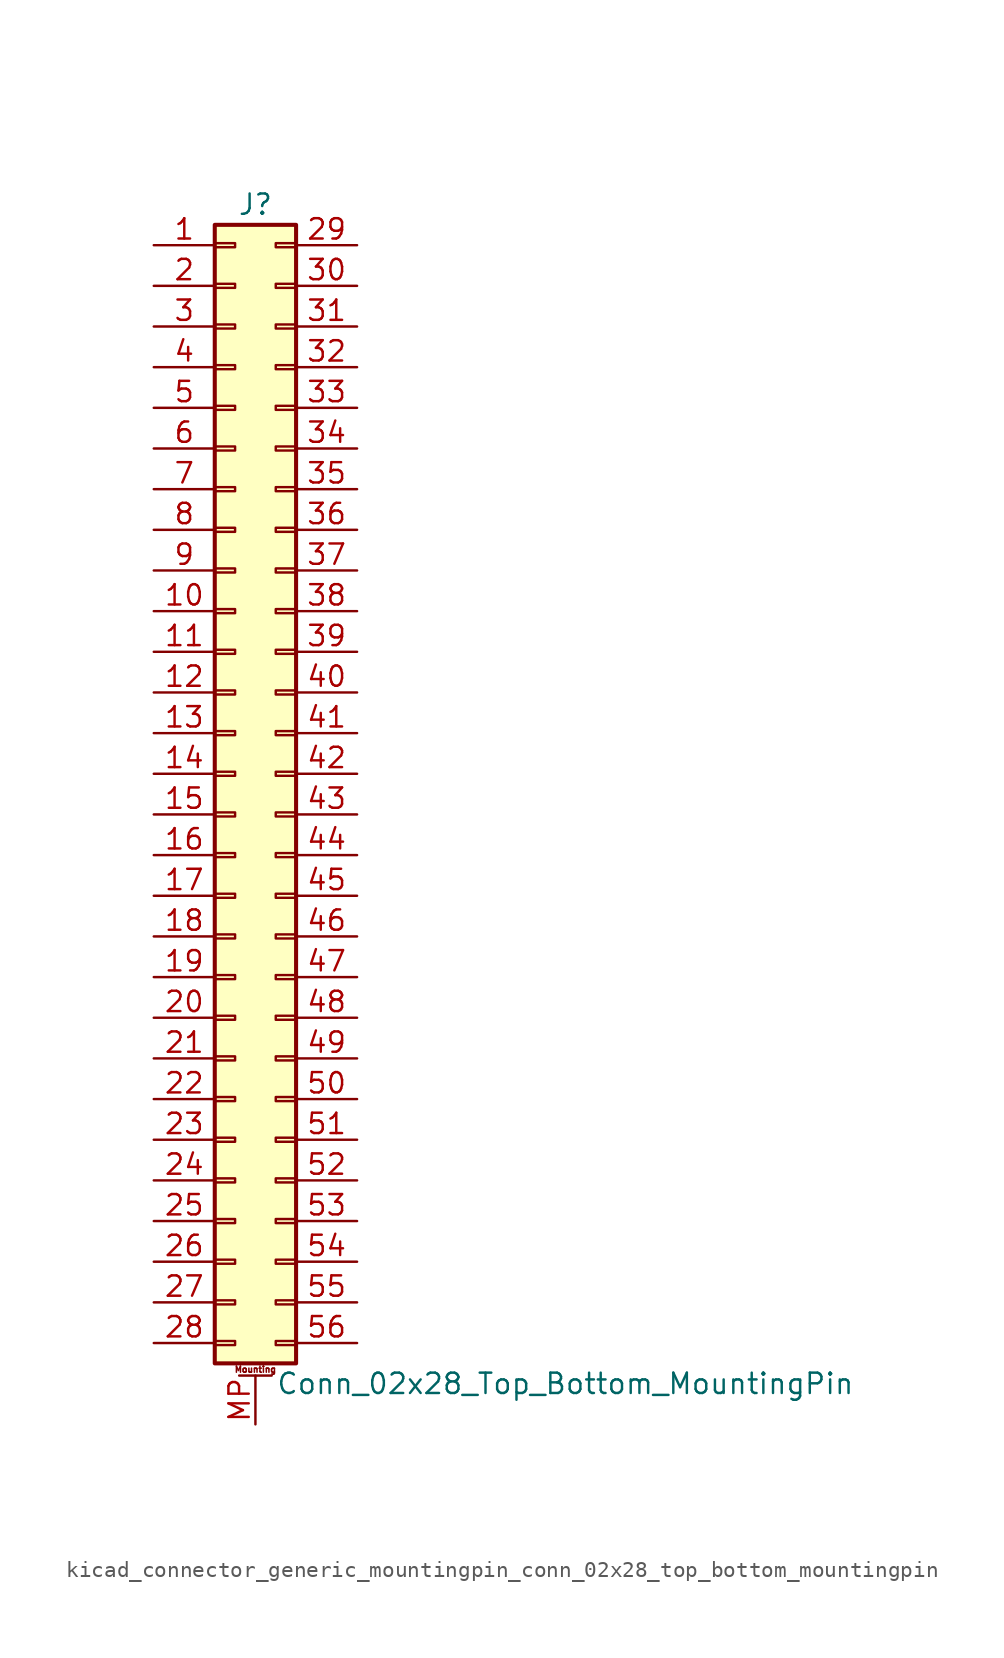
<source format=kicad_sym>
(kicad_symbol_lib
  (version 20220914)
  (generator kicad_symbol_editor)
  (symbol "kicad_connector_generic_mountingpin_conn_02x28_top_bottom_mountingpin"
    (pin_names
      (offset 1.016) hide)
    (property "Reference" "J"
      (at 1.27 35.56 0)
      (effects (font (size 1.27 1.27))))
    (property "Value" "Conn_02x28_Top_Bottom_MountingPin"
      (at 2.54 -38.1 0)
      (effects (font (size 1.27 1.27)) (justify left)))
    (symbol "kicad_connector_generic_mountingpin_conn_02x28_top_bottom_mountingpin_1_1"
      (rectangle (start -1.27 -35.433) (end 0 -35.687) (stroke (width 0.152) (type default)) (fill (type none)))
      (rectangle (start -1.27 -32.893) (end 0 -33.147) (stroke (width 0.152) (type default)) (fill (type none)))
      (rectangle (start -1.27 -30.353) (end 0 -30.607) (stroke (width 0.152) (type default)) (fill (type none)))
      (rectangle (start -1.27 -27.813) (end 0 -28.067) (stroke (width 0.152) (type default)) (fill (type none)))
      (rectangle (start -1.27 -25.273) (end 0 -25.527) (stroke (width 0.152) (type default)) (fill (type none)))
      (rectangle (start -1.27 -22.733) (end 0 -22.987) (stroke (width 0.152) (type default)) (fill (type none)))
      (rectangle (start -1.27 -20.193) (end 0 -20.447) (stroke (width 0.152) (type default)) (fill (type none)))
      (rectangle (start -1.27 -17.653) (end 0 -17.907) (stroke (width 0.152) (type default)) (fill (type none)))
      (rectangle (start -1.27 -15.113) (end 0 -15.367) (stroke (width 0.152) (type default)) (fill (type none)))
      (rectangle (start -1.27 -12.573) (end 0 -12.827) (stroke (width 0.152) (type default)) (fill (type none)))
      (rectangle (start -1.27 -10.033) (end 0 -10.287) (stroke (width 0.152) (type default)) (fill (type none)))
      (rectangle (start -1.27 -7.493) (end 0 -7.747) (stroke (width 0.152) (type default)) (fill (type none)))
      (rectangle (start -1.27 -4.953) (end 0 -5.207) (stroke (width 0.152) (type default)) (fill (type none)))
      (rectangle (start -1.27 -2.413) (end 0 -2.667) (stroke (width 0.152) (type default)) (fill (type none)))
      (rectangle (start -1.27 0.127) (end 0 -0.127) (stroke (width 0.152) (type default)) (fill (type none)))
      (rectangle (start -1.27 2.667) (end 0 2.413) (stroke (width 0.152) (type default)) (fill (type none)))
      (rectangle (start -1.27 5.207) (end 0 4.953) (stroke (width 0.152) (type default)) (fill (type none)))
      (rectangle (start -1.27 7.747) (end 0 7.493) (stroke (width 0.152) (type default)) (fill (type none)))
      (rectangle (start -1.27 10.287) (end 0 10.033) (stroke (width 0.152) (type default)) (fill (type none)))
      (rectangle (start -1.27 12.827) (end 0 12.573) (stroke (width 0.152) (type default)) (fill (type none)))
      (rectangle (start -1.27 15.367) (end 0 15.113) (stroke (width 0.152) (type default)) (fill (type none)))
      (rectangle (start -1.27 17.907) (end 0 17.653) (stroke (width 0.152) (type default)) (fill (type none)))
      (rectangle (start -1.27 20.447) (end 0 20.193) (stroke (width 0.152) (type default)) (fill (type none)))
      (rectangle (start -1.27 22.987) (end 0 22.733) (stroke (width 0.152) (type default)) (fill (type none)))
      (rectangle (start -1.27 25.527) (end 0 25.273) (stroke (width 0.152) (type default)) (fill (type none)))
      (rectangle (start -1.27 28.067) (end 0 27.813) (stroke (width 0.152) (type default)) (fill (type none)))
      (rectangle (start -1.27 30.607) (end 0 30.353) (stroke (width 0.152) (type default)) (fill (type none)))
      (rectangle (start -1.27 33.147) (end 0 32.893) (stroke (width 0.152) (type default)) (fill (type none)))
      (rectangle (start -1.27 34.29) (end 3.81 -36.83) (stroke (width 0.254) (type default)) (fill (type background)))
      (polyline (pts (xy 0.254 -37.592) (xy 2.286 -37.592)) (stroke (width 0.152) (type default)) (fill (type none)))
      (rectangle (start 3.81 -35.433) (end 2.54 -35.687) (stroke (width 0.152) (type default)) (fill (type none)))
      (rectangle (start 3.81 -32.893) (end 2.54 -33.147) (stroke (width 0.152) (type default)) (fill (type none)))
      (rectangle (start 3.81 -30.353) (end 2.54 -30.607) (stroke (width 0.152) (type default)) (fill (type none)))
      (rectangle (start 3.81 -27.813) (end 2.54 -28.067) (stroke (width 0.152) (type default)) (fill (type none)))
      (rectangle (start 3.81 -25.273) (end 2.54 -25.527) (stroke (width 0.152) (type default)) (fill (type none)))
      (rectangle (start 3.81 -22.733) (end 2.54 -22.987) (stroke (width 0.152) (type default)) (fill (type none)))
      (rectangle (start 3.81 -20.193) (end 2.54 -20.447) (stroke (width 0.152) (type default)) (fill (type none)))
      (rectangle (start 3.81 -17.653) (end 2.54 -17.907) (stroke (width 0.152) (type default)) (fill (type none)))
      (rectangle (start 3.81 -15.113) (end 2.54 -15.367) (stroke (width 0.152) (type default)) (fill (type none)))
      (rectangle (start 3.81 -12.573) (end 2.54 -12.827) (stroke (width 0.152) (type default)) (fill (type none)))
      (rectangle (start 3.81 -10.033) (end 2.54 -10.287) (stroke (width 0.152) (type default)) (fill (type none)))
      (rectangle (start 3.81 -7.493) (end 2.54 -7.747) (stroke (width 0.152) (type default)) (fill (type none)))
      (rectangle (start 3.81 -4.953) (end 2.54 -5.207) (stroke (width 0.152) (type default)) (fill (type none)))
      (rectangle (start 3.81 -2.413) (end 2.54 -2.667) (stroke (width 0.152) (type default)) (fill (type none)))
      (rectangle (start 3.81 0.127) (end 2.54 -0.127) (stroke (width 0.152) (type default)) (fill (type none)))
      (rectangle (start 3.81 2.667) (end 2.54 2.413) (stroke (width 0.152) (type default)) (fill (type none)))
      (rectangle (start 3.81 5.207) (end 2.54 4.953) (stroke (width 0.152) (type default)) (fill (type none)))
      (rectangle (start 3.81 7.747) (end 2.54 7.493) (stroke (width 0.152) (type default)) (fill (type none)))
      (rectangle (start 3.81 10.287) (end 2.54 10.033) (stroke (width 0.152) (type default)) (fill (type none)))
      (rectangle (start 3.81 12.827) (end 2.54 12.573) (stroke (width 0.152) (type default)) (fill (type none)))
      (rectangle (start 3.81 15.367) (end 2.54 15.113) (stroke (width 0.152) (type default)) (fill (type none)))
      (rectangle (start 3.81 17.907) (end 2.54 17.653) (stroke (width 0.152) (type default)) (fill (type none)))
      (rectangle (start 3.81 20.447) (end 2.54 20.193) (stroke (width 0.152) (type default)) (fill (type none)))
      (rectangle (start 3.81 22.987) (end 2.54 22.733) (stroke (width 0.152) (type default)) (fill (type none)))
      (rectangle (start 3.81 25.527) (end 2.54 25.273) (stroke (width 0.152) (type default)) (fill (type none)))
      (rectangle (start 3.81 28.067) (end 2.54 27.813) (stroke (width 0.152) (type default)) (fill (type none)))
      (rectangle (start 3.81 30.607) (end 2.54 30.353) (stroke (width 0.152) (type default)) (fill (type none)))
      (rectangle (start 3.81 33.147) (end 2.54 32.893) (stroke (width 0.152) (type default)) (fill (type none)))
      (text "Mounting" (at 1.27 -37.211 0) (effects (font (size 0.381 0.381))))
      (pin passive line (at -5.08 33.02 0) (length 3.81) (name "Pin_1" (effects (font (size 1.27 1.27)))) (number "1" (effects (font (size 1.27 1.27)))))
      (pin passive line (at -5.08 10.16 0) (length 3.81) (name "Pin_10" (effects (font (size 1.27 1.27)))) (number "10" (effects (font (size 1.27 1.27)))))
      (pin passive line (at -5.08 7.62 0) (length 3.81) (name "Pin_11" (effects (font (size 1.27 1.27)))) (number "11" (effects (font (size 1.27 1.27)))))
      (pin passive line (at -5.08 5.08 0) (length 3.81) (name "Pin_12" (effects (font (size 1.27 1.27)))) (number "12" (effects (font (size 1.27 1.27)))))
      (pin passive line (at -5.08 2.54 0) (length 3.81) (name "Pin_13" (effects (font (size 1.27 1.27)))) (number "13" (effects (font (size 1.27 1.27)))))
      (pin passive line (at -5.08 0 0) (length 3.81) (name "Pin_14" (effects (font (size 1.27 1.27)))) (number "14" (effects (font (size 1.27 1.27)))))
      (pin passive line (at -5.08 -2.54 0) (length 3.81) (name "Pin_15" (effects (font (size 1.27 1.27)))) (number "15" (effects (font (size 1.27 1.27)))))
      (pin passive line (at -5.08 -5.08 0) (length 3.81) (name "Pin_16" (effects (font (size 1.27 1.27)))) (number "16" (effects (font (size 1.27 1.27)))))
      (pin passive line (at -5.08 -7.62 0) (length 3.81) (name "Pin_17" (effects (font (size 1.27 1.27)))) (number "17" (effects (font (size 1.27 1.27)))))
      (pin passive line (at -5.08 -10.16 0) (length 3.81) (name "Pin_18" (effects (font (size 1.27 1.27)))) (number "18" (effects (font (size 1.27 1.27)))))
      (pin passive line (at -5.08 -12.7 0) (length 3.81) (name "Pin_19" (effects (font (size 1.27 1.27)))) (number "19" (effects (font (size 1.27 1.27)))))
      (pin passive line (at -5.08 30.48 0) (length 3.81) (name "Pin_2" (effects (font (size 1.27 1.27)))) (number "2" (effects (font (size 1.27 1.27)))))
      (pin passive line (at -5.08 -15.24 0) (length 3.81) (name "Pin_20" (effects (font (size 1.27 1.27)))) (number "20" (effects (font (size 1.27 1.27)))))
      (pin passive line (at -5.08 -17.78 0) (length 3.81) (name "Pin_21" (effects (font (size 1.27 1.27)))) (number "21" (effects (font (size 1.27 1.27)))))
      (pin passive line (at -5.08 -20.32 0) (length 3.81) (name "Pin_22" (effects (font (size 1.27 1.27)))) (number "22" (effects (font (size 1.27 1.27)))))
      (pin passive line (at -5.08 -22.86 0) (length 3.81) (name "Pin_23" (effects (font (size 1.27 1.27)))) (number "23" (effects (font (size 1.27 1.27)))))
      (pin passive line (at -5.08 -25.4 0) (length 3.81) (name "Pin_24" (effects (font (size 1.27 1.27)))) (number "24" (effects (font (size 1.27 1.27)))))
      (pin passive line (at -5.08 -27.94 0) (length 3.81) (name "Pin_25" (effects (font (size 1.27 1.27)))) (number "25" (effects (font (size 1.27 1.27)))))
      (pin passive line (at -5.08 -30.48 0) (length 3.81) (name "Pin_26" (effects (font (size 1.27 1.27)))) (number "26" (effects (font (size 1.27 1.27)))))
      (pin passive line (at -5.08 -33.02 0) (length 3.81) (name "Pin_27" (effects (font (size 1.27 1.27)))) (number "27" (effects (font (size 1.27 1.27)))))
      (pin passive line (at -5.08 -35.56 0) (length 3.81) (name "Pin_28" (effects (font (size 1.27 1.27)))) (number "28" (effects (font (size 1.27 1.27)))))
      (pin passive line (at 7.62 33.02 180) (length 3.81) (name "Pin_29" (effects (font (size 1.27 1.27)))) (number "29" (effects (font (size 1.27 1.27)))))
      (pin passive line (at -5.08 27.94 0) (length 3.81) (name "Pin_3" (effects (font (size 1.27 1.27)))) (number "3" (effects (font (size 1.27 1.27)))))
      (pin passive line (at 7.62 30.48 180) (length 3.81) (name "Pin_30" (effects (font (size 1.27 1.27)))) (number "30" (effects (font (size 1.27 1.27)))))
      (pin passive line (at 7.62 27.94 180) (length 3.81) (name "Pin_31" (effects (font (size 1.27 1.27)))) (number "31" (effects (font (size 1.27 1.27)))))
      (pin passive line (at 7.62 25.4 180) (length 3.81) (name "Pin_32" (effects (font (size 1.27 1.27)))) (number "32" (effects (font (size 1.27 1.27)))))
      (pin passive line (at 7.62 22.86 180) (length 3.81) (name "Pin_33" (effects (font (size 1.27 1.27)))) (number "33" (effects (font (size 1.27 1.27)))))
      (pin passive line (at 7.62 20.32 180) (length 3.81) (name "Pin_34" (effects (font (size 1.27 1.27)))) (number "34" (effects (font (size 1.27 1.27)))))
      (pin passive line (at 7.62 17.78 180) (length 3.81) (name "Pin_35" (effects (font (size 1.27 1.27)))) (number "35" (effects (font (size 1.27 1.27)))))
      (pin passive line (at 7.62 15.24 180) (length 3.81) (name "Pin_36" (effects (font (size 1.27 1.27)))) (number "36" (effects (font (size 1.27 1.27)))))
      (pin passive line (at 7.62 12.7 180) (length 3.81) (name "Pin_37" (effects (font (size 1.27 1.27)))) (number "37" (effects (font (size 1.27 1.27)))))
      (pin passive line (at 7.62 10.16 180) (length 3.81) (name "Pin_38" (effects (font (size 1.27 1.27)))) (number "38" (effects (font (size 1.27 1.27)))))
      (pin passive line (at 7.62 7.62 180) (length 3.81) (name "Pin_39" (effects (font (size 1.27 1.27)))) (number "39" (effects (font (size 1.27 1.27)))))
      (pin passive line (at -5.08 25.4 0) (length 3.81) (name "Pin_4" (effects (font (size 1.27 1.27)))) (number "4" (effects (font (size 1.27 1.27)))))
      (pin passive line (at 7.62 5.08 180) (length 3.81) (name "Pin_40" (effects (font (size 1.27 1.27)))) (number "40" (effects (font (size 1.27 1.27)))))
      (pin passive line (at 7.62 2.54 180) (length 3.81) (name "Pin_41" (effects (font (size 1.27 1.27)))) (number "41" (effects (font (size 1.27 1.27)))))
      (pin passive line (at 7.62 0 180) (length 3.81) (name "Pin_42" (effects (font (size 1.27 1.27)))) (number "42" (effects (font (size 1.27 1.27)))))
      (pin passive line (at 7.62 -2.54 180) (length 3.81) (name "Pin_43" (effects (font (size 1.27 1.27)))) (number "43" (effects (font (size 1.27 1.27)))))
      (pin passive line (at 7.62 -5.08 180) (length 3.81) (name "Pin_44" (effects (font (size 1.27 1.27)))) (number "44" (effects (font (size 1.27 1.27)))))
      (pin passive line (at 7.62 -7.62 180) (length 3.81) (name "Pin_45" (effects (font (size 1.27 1.27)))) (number "45" (effects (font (size 1.27 1.27)))))
      (pin passive line (at 7.62 -10.16 180) (length 3.81) (name "Pin_46" (effects (font (size 1.27 1.27)))) (number "46" (effects (font (size 1.27 1.27)))))
      (pin passive line (at 7.62 -12.7 180) (length 3.81) (name "Pin_47" (effects (font (size 1.27 1.27)))) (number "47" (effects (font (size 1.27 1.27)))))
      (pin passive line (at 7.62 -15.24 180) (length 3.81) (name "Pin_48" (effects (font (size 1.27 1.27)))) (number "48" (effects (font (size 1.27 1.27)))))
      (pin passive line (at 7.62 -17.78 180) (length 3.81) (name "Pin_49" (effects (font (size 1.27 1.27)))) (number "49" (effects (font (size 1.27 1.27)))))
      (pin passive line (at -5.08 22.86 0) (length 3.81) (name "Pin_5" (effects (font (size 1.27 1.27)))) (number "5" (effects (font (size 1.27 1.27)))))
      (pin passive line (at 7.62 -20.32 180) (length 3.81) (name "Pin_50" (effects (font (size 1.27 1.27)))) (number "50" (effects (font (size 1.27 1.27)))))
      (pin passive line (at 7.62 -22.86 180) (length 3.81) (name "Pin_51" (effects (font (size 1.27 1.27)))) (number "51" (effects (font (size 1.27 1.27)))))
      (pin passive line (at 7.62 -25.4 180) (length 3.81) (name "Pin_52" (effects (font (size 1.27 1.27)))) (number "52" (effects (font (size 1.27 1.27)))))
      (pin passive line (at 7.62 -27.94 180) (length 3.81) (name "Pin_53" (effects (font (size 1.27 1.27)))) (number "53" (effects (font (size 1.27 1.27)))))
      (pin passive line (at 7.62 -30.48 180) (length 3.81) (name "Pin_54" (effects (font (size 1.27 1.27)))) (number "54" (effects (font (size 1.27 1.27)))))
      (pin passive line (at 7.62 -33.02 180) (length 3.81) (name "Pin_55" (effects (font (size 1.27 1.27)))) (number "55" (effects (font (size 1.27 1.27)))))
      (pin passive line (at 7.62 -35.56 180) (length 3.81) (name "Pin_56" (effects (font (size 1.27 1.27)))) (number "56" (effects (font (size 1.27 1.27)))))
      (pin passive line (at -5.08 20.32 0) (length 3.81) (name "Pin_6" (effects (font (size 1.27 1.27)))) (number "6" (effects (font (size 1.27 1.27)))))
      (pin passive line (at -5.08 17.78 0) (length 3.81) (name "Pin_7" (effects (font (size 1.27 1.27)))) (number "7" (effects (font (size 1.27 1.27)))))
      (pin passive line (at -5.08 15.24 0) (length 3.81) (name "Pin_8" (effects (font (size 1.27 1.27)))) (number "8" (effects (font (size 1.27 1.27)))))
      (pin passive line (at -5.08 12.7 0) (length 3.81) (name "Pin_9" (effects (font (size 1.27 1.27)))) (number "9" (effects (font (size 1.27 1.27)))))
      (pin passive line (at 1.27 -40.64 90) (length 3.048) (name "MountPin" (effects (font (size 1.27 1.27)))) (number "MP" (effects (font (size 1.27 1.27))))))))
</source>
